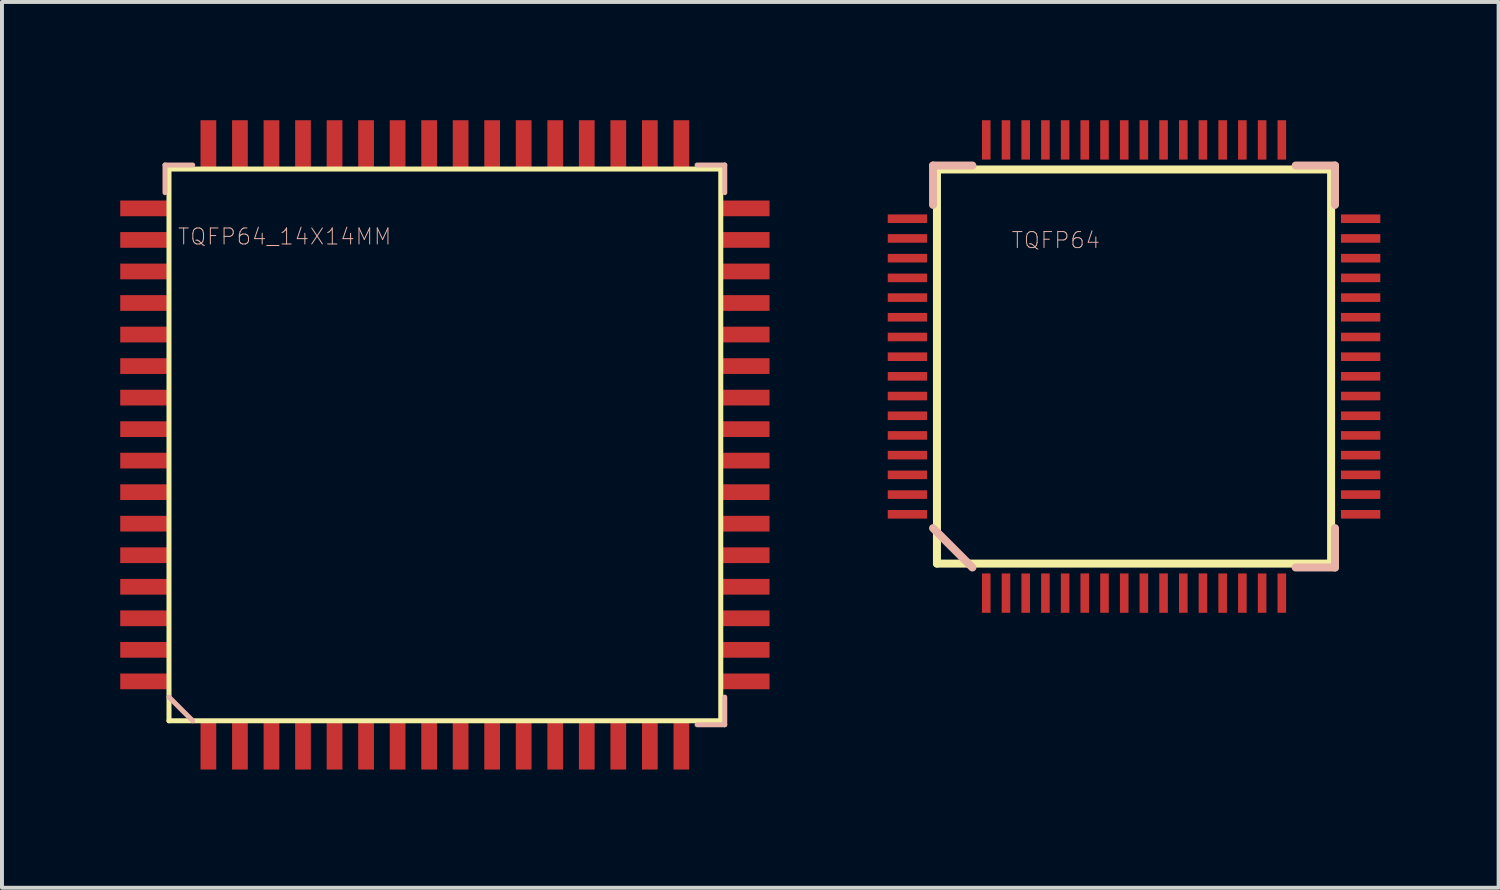
<source format=kicad_pcb>
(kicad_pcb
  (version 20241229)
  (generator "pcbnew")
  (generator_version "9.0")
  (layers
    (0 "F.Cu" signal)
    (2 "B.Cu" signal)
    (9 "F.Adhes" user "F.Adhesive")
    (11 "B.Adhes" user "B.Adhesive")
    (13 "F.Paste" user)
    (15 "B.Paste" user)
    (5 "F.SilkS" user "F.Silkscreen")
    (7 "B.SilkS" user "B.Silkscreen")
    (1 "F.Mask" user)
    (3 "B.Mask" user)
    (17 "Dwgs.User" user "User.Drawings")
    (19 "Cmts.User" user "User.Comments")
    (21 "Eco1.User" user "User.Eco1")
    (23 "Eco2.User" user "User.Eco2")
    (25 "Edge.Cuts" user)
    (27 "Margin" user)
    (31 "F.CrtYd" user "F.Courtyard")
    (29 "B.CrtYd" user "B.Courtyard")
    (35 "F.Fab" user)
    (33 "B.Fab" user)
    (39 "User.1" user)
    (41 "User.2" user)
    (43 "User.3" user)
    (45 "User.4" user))
  (footprint "TQFP64_14X14MM"
    (layer "F.Cu")
    (at 8.235 8.235)
    (property "Reference" "TQFP64_14X14MM" (at -4.064 -5.283 0) (layer "B.SilkS") (effects (font (size 0.406 0.406) (thickness 0.025))))
    (attr smd)
    (fp_line (start -6.998 -6.998) (end -6.998 6.998) (stroke (width 0.127) (type solid)) (layer "F.SilkS"))
    (fp_line (start -6.998 6.998) (end 6.998 6.998) (stroke (width 0.127) (type solid)) (layer "F.SilkS"))
    (fp_line (start 6.998 -6.998) (end -6.998 -6.998) (stroke (width 0.127) (type solid)) (layer "F.SilkS"))
    (fp_line (start 6.998 6.998) (end 6.998 -6.998) (stroke (width 0.127) (type solid)) (layer "F.SilkS"))
    (fp_line (start -7.099 -7.099) (end -6.398 -7.099) (stroke (width 0.127) (type solid)) (layer "B.SilkS"))
    (fp_line (start -7.099 -6.398) (end -7.099 -7.099) (stroke (width 0.127) (type solid)) (layer "B.SilkS"))
    (fp_line (start -6.998 6.398) (end -6.398 6.998) (stroke (width 0.127) (type solid)) (layer "B.SilkS"))
    (fp_line (start 6.398 -7.099) (end 7.099 -7.099) (stroke (width 0.127) (type solid)) (layer "B.SilkS"))
    (fp_line (start 7.099 -7.099) (end 7.099 -6.398) (stroke (width 0.127) (type solid)) (layer "B.SilkS"))
    (fp_line (start 7.099 6.398) (end 7.099 7.099) (stroke (width 0.127) (type solid)) (layer "B.SilkS"))
    (fp_line (start 7.099 7.099) (end 6.398 7.099) (stroke (width 0.127) (type solid)) (layer "B.SilkS"))
    (pad "1" smd rect (at -5.999 7.6 90) (size 1.27 0.399) (layers "F.Cu" "F.Mask" "F.Paste"))
    (pad "2" smd rect (at -5.199 7.6 90) (size 1.27 0.399) (layers "F.Cu" "F.Mask" "F.Paste"))
    (pad "3" smd rect (at -4.399 7.6 90) (size 1.27 0.399) (layers "F.Cu" "F.Mask" "F.Paste"))
    (pad "4" smd rect (at -3.599 7.6 90) (size 1.27 0.399) (layers "F.Cu" "F.Mask" "F.Paste"))
    (pad "5" smd rect (at -2.799 7.6 90) (size 1.27 0.399) (layers "F.Cu" "F.Mask" "F.Paste"))
    (pad "6" smd rect (at -1.999 7.6 90) (size 1.27 0.399) (layers "F.Cu" "F.Mask" "F.Paste"))
    (pad "7" smd rect (at -1.199 7.6 90) (size 1.27 0.399) (layers "F.Cu" "F.Mask" "F.Paste"))
    (pad "8" smd rect (at -0.399 7.6 90) (size 1.27 0.399) (layers "F.Cu" "F.Mask" "F.Paste"))
    (pad "9" smd rect (at 0.399 7.6 90) (size 1.27 0.399) (layers "F.Cu" "F.Mask" "F.Paste"))
    (pad "10" smd rect (at 1.199 7.6 90) (size 1.27 0.399) (layers "F.Cu" "F.Mask" "F.Paste"))
    (pad "11" smd rect (at 1.999 7.6 90) (size 1.27 0.399) (layers "F.Cu" "F.Mask" "F.Paste"))
    (pad "12" smd rect (at 2.799 7.6 90) (size 1.27 0.399) (layers "F.Cu" "F.Mask" "F.Paste"))
    (pad "13" smd rect (at 3.599 7.6 90) (size 1.27 0.399) (layers "F.Cu" "F.Mask" "F.Paste"))
    (pad "14" smd rect (at 4.399 7.6 90) (size 1.27 0.399) (layers "F.Cu" "F.Mask" "F.Paste"))
    (pad "15" smd rect (at 5.199 7.6 90) (size 1.27 0.399) (layers "F.Cu" "F.Mask" "F.Paste"))
    (pad "16" smd rect (at 5.999 7.6 90) (size 1.27 0.399) (layers "F.Cu" "F.Mask" "F.Paste"))
    (pad "17" smd rect (at 7.6 5.999 180) (size 1.27 0.399) (layers "F.Cu" "F.Mask" "F.Paste"))
    (pad "18" smd rect (at 7.6 5.199 180) (size 1.27 0.399) (layers "F.Cu" "F.Mask" "F.Paste"))
    (pad "19" smd rect (at 7.6 4.399 180) (size 1.27 0.399) (layers "F.Cu" "F.Mask" "F.Paste"))
    (pad "20" smd rect (at 7.6 3.599 180) (size 1.27 0.399) (layers "F.Cu" "F.Mask" "F.Paste"))
    (pad "21" smd rect (at 7.6 2.799 180) (size 1.27 0.399) (layers "F.Cu" "F.Mask" "F.Paste"))
    (pad "22" smd rect (at 7.6 1.999 180) (size 1.27 0.399) (layers "F.Cu" "F.Mask" "F.Paste"))
    (pad "23" smd rect (at 7.6 1.199 180) (size 1.27 0.399) (layers "F.Cu" "F.Mask" "F.Paste"))
    (pad "24" smd rect (at 7.6 0.399 180) (size 1.27 0.399) (layers "F.Cu" "F.Mask" "F.Paste"))
    (pad "25" smd rect (at 7.6 -0.399 180) (size 1.27 0.399) (layers "F.Cu" "F.Mask" "F.Paste"))
    (pad "26" smd rect (at 7.6 -1.199 180) (size 1.27 0.399) (layers "F.Cu" "F.Mask" "F.Paste"))
    (pad "27" smd rect (at 7.6 -1.999 180) (size 1.27 0.399) (layers "F.Cu" "F.Mask" "F.Paste"))
    (pad "28" smd rect (at 7.6 -2.799 180) (size 1.27 0.399) (layers "F.Cu" "F.Mask" "F.Paste"))
    (pad "29" smd rect (at 7.6 -3.599 180) (size 1.27 0.399) (layers "F.Cu" "F.Mask" "F.Paste"))
    (pad "30" smd rect (at 7.6 -4.399 180) (size 1.27 0.399) (layers "F.Cu" "F.Mask" "F.Paste"))
    (pad "31" smd rect (at 7.6 -5.199 180) (size 1.27 0.399) (layers "F.Cu" "F.Mask" "F.Paste"))
    (pad "32" smd rect (at 7.6 -5.999 180) (size 1.27 0.399) (layers "F.Cu" "F.Mask" "F.Paste"))
    (pad "33" smd rect (at 5.999 -7.6 270) (size 1.27 0.399) (layers "F.Cu" "F.Mask" "F.Paste"))
    (pad "34" smd rect (at 5.199 -7.6 270) (size 1.27 0.399) (layers "F.Cu" "F.Mask" "F.Paste"))
    (pad "35" smd rect (at 4.399 -7.6 270) (size 1.27 0.399) (layers "F.Cu" "F.Mask" "F.Paste"))
    (pad "36" smd rect (at 3.599 -7.6 270) (size 1.27 0.399) (layers "F.Cu" "F.Mask" "F.Paste"))
    (pad "37" smd rect (at 2.799 -7.6 270) (size 1.27 0.399) (layers "F.Cu" "F.Mask" "F.Paste"))
    (pad "38" smd rect (at 1.999 -7.6 270) (size 1.27 0.399) (layers "F.Cu" "F.Mask" "F.Paste"))
    (pad "39" smd rect (at 1.199 -7.6 270) (size 1.27 0.399) (layers "F.Cu" "F.Mask" "F.Paste"))
    (pad "40" smd rect (at 0.399 -7.6 270) (size 1.27 0.399) (layers "F.Cu" "F.Mask" "F.Paste"))
    (pad "41" smd rect (at -0.399 -7.6 270) (size 1.27 0.399) (layers "F.Cu" "F.Mask" "F.Paste"))
    (pad "42" smd rect (at -1.199 -7.6 270) (size 1.27 0.399) (layers "F.Cu" "F.Mask" "F.Paste"))
    (pad "43" smd rect (at -1.999 -7.6 270) (size 1.27 0.399) (layers "F.Cu" "F.Mask" "F.Paste"))
    (pad "44" smd rect (at -2.799 -7.6 270) (size 1.27 0.399) (layers "F.Cu" "F.Mask" "F.Paste"))
    (pad "45" smd rect (at -3.599 -7.6 270) (size 1.27 0.399) (layers "F.Cu" "F.Mask" "F.Paste"))
    (pad "46" smd rect (at -4.399 -7.6 270) (size 1.27 0.399) (layers "F.Cu" "F.Mask" "F.Paste"))
    (pad "47" smd rect (at -5.199 -7.6 270) (size 1.27 0.399) (layers "F.Cu" "F.Mask" "F.Paste"))
    (pad "48" smd rect (at -5.999 -7.6 270) (size 1.27 0.399) (layers "F.Cu" "F.Mask" "F.Paste"))
    (pad "49" smd rect (at -7.6 -5.999) (size 1.27 0.399) (layers "F.Cu" "F.Mask" "F.Paste"))
    (pad "50" smd rect (at -7.6 -5.199) (size 1.27 0.399) (layers "F.Cu" "F.Mask" "F.Paste"))
    (pad "51" smd rect (at -7.6 -4.399) (size 1.27 0.399) (layers "F.Cu" "F.Mask" "F.Paste"))
    (pad "52" smd rect (at -7.6 -3.599) (size 1.27 0.399) (layers "F.Cu" "F.Mask" "F.Paste"))
    (pad "53" smd rect (at -7.6 -2.799) (size 1.27 0.399) (layers "F.Cu" "F.Mask" "F.Paste"))
    (pad "54" smd rect (at -7.6 -1.999) (size 1.27 0.399) (layers "F.Cu" "F.Mask" "F.Paste"))
    (pad "55" smd rect (at -7.6 -1.199) (size 1.27 0.399) (layers "F.Cu" "F.Mask" "F.Paste"))
    (pad "56" smd rect (at -7.6 -0.399) (size 1.27 0.399) (layers "F.Cu" "F.Mask" "F.Paste"))
    (pad "57" smd rect (at -7.6 0.399) (size 1.27 0.399) (layers "F.Cu" "F.Mask" "F.Paste"))
    (pad "58" smd rect (at -7.6 1.199) (size 1.27 0.399) (layers "F.Cu" "F.Mask" "F.Paste"))
    (pad "59" smd rect (at -7.6 1.999) (size 1.27 0.399) (layers "F.Cu" "F.Mask" "F.Paste"))
    (pad "60" smd rect (at -7.6 2.799) (size 1.27 0.399) (layers "F.Cu" "F.Mask" "F.Paste"))
    (pad "61" smd rect (at -7.6 3.599) (size 1.27 0.399) (layers "F.Cu" "F.Mask" "F.Paste"))
    (pad "62" smd rect (at -7.6 4.399) (size 1.27 0.399) (layers "F.Cu" "F.Mask" "F.Paste"))
    (pad "63" smd rect (at -7.6 5.199) (size 1.27 0.399) (layers "F.Cu" "F.Mask" "F.Paste"))
    (pad "64" smd rect (at -7.6 5.999) (size 1.27 0.399) (layers "F.Cu" "F.Mask" "F.Paste")))
  (footprint "TQFP64"
    (layer "F.Cu")
    (at 25.716 6.247)
    (property "Reference" "TQFP64" (at -1.984 -3.203 0) (layer "B.SilkS") (effects (font (size 0.406 0.406) (thickness 0.025))))
    (attr smd)
    (fp_line (start -4.999 -4.999) (end 4.999 -4.999) (stroke (width 0.203) (type solid)) (layer "F.SilkS"))
    (fp_line (start -4.999 4.999) (end -4.999 -4.999) (stroke (width 0.203) (type solid)) (layer "F.SilkS"))
    (fp_line (start 4.999 -4.999) (end 4.999 4.999) (stroke (width 0.203) (type solid)) (layer "F.SilkS"))
    (fp_line (start 4.999 4.999) (end -4.999 4.999) (stroke (width 0.203) (type solid)) (layer "F.SilkS"))
    (fp_line (start -5.098 -5.098) (end -4.1 -5.098) (stroke (width 0.203) (type solid)) (layer "B.SilkS"))
    (fp_line (start -5.098 -4.1) (end -5.098 -5.098) (stroke (width 0.203) (type solid)) (layer "B.SilkS"))
    (fp_line (start -5.098 4.1) (end -4.1 5.098) (stroke (width 0.203) (type solid)) (layer "B.SilkS"))
    (fp_line (start 4.1 -5.098) (end 5.098 -5.098) (stroke (width 0.203) (type solid)) (layer "B.SilkS"))
    (fp_line (start 4.1 5.098) (end 5.098 5.098) (stroke (width 0.203) (type solid)) (layer "B.SilkS"))
    (fp_line (start 5.098 -5.098) (end 5.098 -4.1) (stroke (width 0.203) (type solid)) (layer "B.SilkS"))
    (fp_line (start 5.098 5.098) (end 5.098 4.1) (stroke (width 0.203) (type solid)) (layer "B.SilkS"))
    (pad "1" smd rect (at -3.749 5.748) (size 0.218 0.998) (layers "F.Cu" "F.Mask" "F.Paste"))
    (pad "2" smd rect (at -3.249 5.748) (size 0.218 0.998) (layers "F.Cu" "F.Mask" "F.Paste"))
    (pad "3" smd rect (at -2.748 5.748) (size 0.218 0.998) (layers "F.Cu" "F.Mask" "F.Paste"))
    (pad "4" smd rect (at -2.248 5.748) (size 0.218 0.998) (layers "F.Cu" "F.Mask" "F.Paste"))
    (pad "5" smd rect (at -1.748 5.748) (size 0.218 0.998) (layers "F.Cu" "F.Mask" "F.Paste"))
    (pad "6" smd rect (at -1.25 5.748) (size 0.218 0.998) (layers "F.Cu" "F.Mask" "F.Paste"))
    (pad "7" smd rect (at -0.749 5.748) (size 0.218 0.998) (layers "F.Cu" "F.Mask" "F.Paste"))
    (pad "8" smd rect (at -0.249 5.748) (size 0.218 0.998) (layers "F.Cu" "F.Mask" "F.Paste"))
    (pad "9" smd rect (at 0.249 5.748) (size 0.218 0.998) (layers "F.Cu" "F.Mask" "F.Paste"))
    (pad "10" smd rect (at 0.749 5.748) (size 0.218 0.998) (layers "F.Cu" "F.Mask" "F.Paste"))
    (pad "11" smd rect (at 1.25 5.748) (size 0.218 0.998) (layers "F.Cu" "F.Mask" "F.Paste"))
    (pad "12" smd rect (at 1.748 5.748) (size 0.218 0.998) (layers "F.Cu" "F.Mask" "F.Paste"))
    (pad "13" smd rect (at 2.248 5.748) (size 0.218 0.998) (layers "F.Cu" "F.Mask" "F.Paste"))
    (pad "14" smd rect (at 2.748 5.748) (size 0.218 0.998) (layers "F.Cu" "F.Mask" "F.Paste"))
    (pad "15" smd rect (at 3.249 5.748) (size 0.218 0.998) (layers "F.Cu" "F.Mask" "F.Paste"))
    (pad "16" smd rect (at 3.749 5.748) (size 0.218 0.998) (layers "F.Cu" "F.Mask" "F.Paste"))
    (pad "17" smd rect (at 5.748 3.749 90) (size 0.218 0.998) (layers "F.Cu" "F.Mask" "F.Paste"))
    (pad "18" smd rect (at 5.748 3.249 90) (size 0.218 0.998) (layers "F.Cu" "F.Mask" "F.Paste"))
    (pad "19" smd rect (at 5.748 2.748 90) (size 0.218 0.998) (layers "F.Cu" "F.Mask" "F.Paste"))
    (pad "20" smd rect (at 5.748 2.248 90) (size 0.218 0.998) (layers "F.Cu" "F.Mask" "F.Paste"))
    (pad "21" smd rect (at 5.748 1.748 90) (size 0.218 0.998) (layers "F.Cu" "F.Mask" "F.Paste"))
    (pad "22" smd rect (at 5.748 1.25 90) (size 0.218 0.998) (layers "F.Cu" "F.Mask" "F.Paste"))
    (pad "23" smd rect (at 5.748 0.749 90) (size 0.218 0.998) (layers "F.Cu" "F.Mask" "F.Paste"))
    (pad "24" smd rect (at 5.748 0.249 90) (size 0.218 0.998) (layers "F.Cu" "F.Mask" "F.Paste"))
    (pad "25" smd rect (at 5.748 -0.249 90) (size 0.218 0.998) (layers "F.Cu" "F.Mask" "F.Paste"))
    (pad "26" smd rect (at 5.748 -0.749 90) (size 0.218 0.998) (layers "F.Cu" "F.Mask" "F.Paste"))
    (pad "27" smd rect (at 5.748 -1.25 90) (size 0.218 0.998) (layers "F.Cu" "F.Mask" "F.Paste"))
    (pad "28" smd rect (at 5.748 -1.748 90) (size 0.218 0.998) (layers "F.Cu" "F.Mask" "F.Paste"))
    (pad "29" smd rect (at 5.748 -2.248 90) (size 0.218 0.998) (layers "F.Cu" "F.Mask" "F.Paste"))
    (pad "30" smd rect (at 5.748 -2.748 90) (size 0.218 0.998) (layers "F.Cu" "F.Mask" "F.Paste"))
    (pad "31" smd rect (at 5.748 -3.249 90) (size 0.218 0.998) (layers "F.Cu" "F.Mask" "F.Paste"))
    (pad "32" smd rect (at 5.748 -3.749 90) (size 0.218 0.998) (layers "F.Cu" "F.Mask" "F.Paste"))
    (pad "33" smd rect (at 3.749 -5.748 180) (size 0.218 0.998) (layers "F.Cu" "F.Mask" "F.Paste"))
    (pad "34" smd rect (at 3.249 -5.748 180) (size 0.218 0.998) (layers "F.Cu" "F.Mask" "F.Paste"))
    (pad "35" smd rect (at 2.748 -5.748 180) (size 0.218 0.998) (layers "F.Cu" "F.Mask" "F.Paste"))
    (pad "36" smd rect (at 2.248 -5.748 180) (size 0.218 0.998) (layers "F.Cu" "F.Mask" "F.Paste"))
    (pad "37" smd rect (at 1.748 -5.748 180) (size 0.218 0.998) (layers "F.Cu" "F.Mask" "F.Paste"))
    (pad "38" smd rect (at 1.25 -5.748 180) (size 0.218 0.998) (layers "F.Cu" "F.Mask" "F.Paste"))
    (pad "39" smd rect (at 0.749 -5.748 180) (size 0.218 0.998) (layers "F.Cu" "F.Mask" "F.Paste"))
    (pad "40" smd rect (at 0.249 -5.748 180) (size 0.218 0.998) (layers "F.Cu" "F.Mask" "F.Paste"))
    (pad "41" smd rect (at -0.249 -5.748 180) (size 0.218 0.998) (layers "F.Cu" "F.Mask" "F.Paste"))
    (pad "42" smd rect (at -0.749 -5.748 180) (size 0.218 0.998) (layers "F.Cu" "F.Mask" "F.Paste"))
    (pad "43" smd rect (at -1.25 -5.748 180) (size 0.218 0.998) (layers "F.Cu" "F.Mask" "F.Paste"))
    (pad "44" smd rect (at -1.748 -5.748 180) (size 0.218 0.998) (layers "F.Cu" "F.Mask" "F.Paste"))
    (pad "45" smd rect (at -2.248 -5.748 180) (size 0.218 0.998) (layers "F.Cu" "F.Mask" "F.Paste"))
    (pad "46" smd rect (at -2.748 -5.748 180) (size 0.218 0.998) (layers "F.Cu" "F.Mask" "F.Paste"))
    (pad "47" smd rect (at -3.249 -5.748 180) (size 0.218 0.998) (layers "F.Cu" "F.Mask" "F.Paste"))
    (pad "48" smd rect (at -3.749 -5.748 180) (size 0.218 0.998) (layers "F.Cu" "F.Mask" "F.Paste"))
    (pad "49" smd rect (at -5.748 -3.749 270) (size 0.218 0.998) (layers "F.Cu" "F.Mask" "F.Paste"))
    (pad "50" smd rect (at -5.748 -3.249 270) (size 0.218 0.998) (layers "F.Cu" "F.Mask" "F.Paste"))
    (pad "51" smd rect (at -5.748 -2.748 270) (size 0.218 0.998) (layers "F.Cu" "F.Mask" "F.Paste"))
    (pad "52" smd rect (at -5.748 -2.248 270) (size 0.218 0.998) (layers "F.Cu" "F.Mask" "F.Paste"))
    (pad "53" smd rect (at -5.748 -1.748 270) (size 0.218 0.998) (layers "F.Cu" "F.Mask" "F.Paste"))
    (pad "54" smd rect (at -5.748 -1.25 270) (size 0.218 0.998) (layers "F.Cu" "F.Mask" "F.Paste"))
    (pad "55" smd rect (at -5.748 -0.749 270) (size 0.218 0.998) (layers "F.Cu" "F.Mask" "F.Paste"))
    (pad "56" smd rect (at -5.748 -0.249 270) (size 0.218 0.998) (layers "F.Cu" "F.Mask" "F.Paste"))
    (pad "57" smd rect (at -5.748 0.249 270) (size 0.218 0.998) (layers "F.Cu" "F.Mask" "F.Paste"))
    (pad "58" smd rect (at -5.748 0.749 270) (size 0.218 0.998) (layers "F.Cu" "F.Mask" "F.Paste"))
    (pad "59" smd rect (at -5.748 1.25 270) (size 0.218 0.998) (layers "F.Cu" "F.Mask" "F.Paste"))
    (pad "60" smd rect (at -5.748 1.748 270) (size 0.218 0.998) (layers "F.Cu" "F.Mask" "F.Paste"))
    (pad "61" smd rect (at -5.748 2.248 270) (size 0.218 0.998) (layers "F.Cu" "F.Mask" "F.Paste"))
    (pad "62" smd rect (at -5.748 2.748 270) (size 0.218 0.998) (layers "F.Cu" "F.Mask" "F.Paste"))
    (pad "63" smd rect (at -5.748 3.249 270) (size 0.218 0.998) (layers "F.Cu" "F.Mask" "F.Paste"))
    (pad "64" smd rect (at -5.748 3.749 270) (size 0.218 0.998) (layers "F.Cu" "F.Mask" "F.Paste")))
  (gr_rect
    (start -3 -3)
    (end 34.964 19.469)
    (stroke (width 0.1) (type default))
    (fill no)
    (layer "Edge.Cuts")))
</source>
